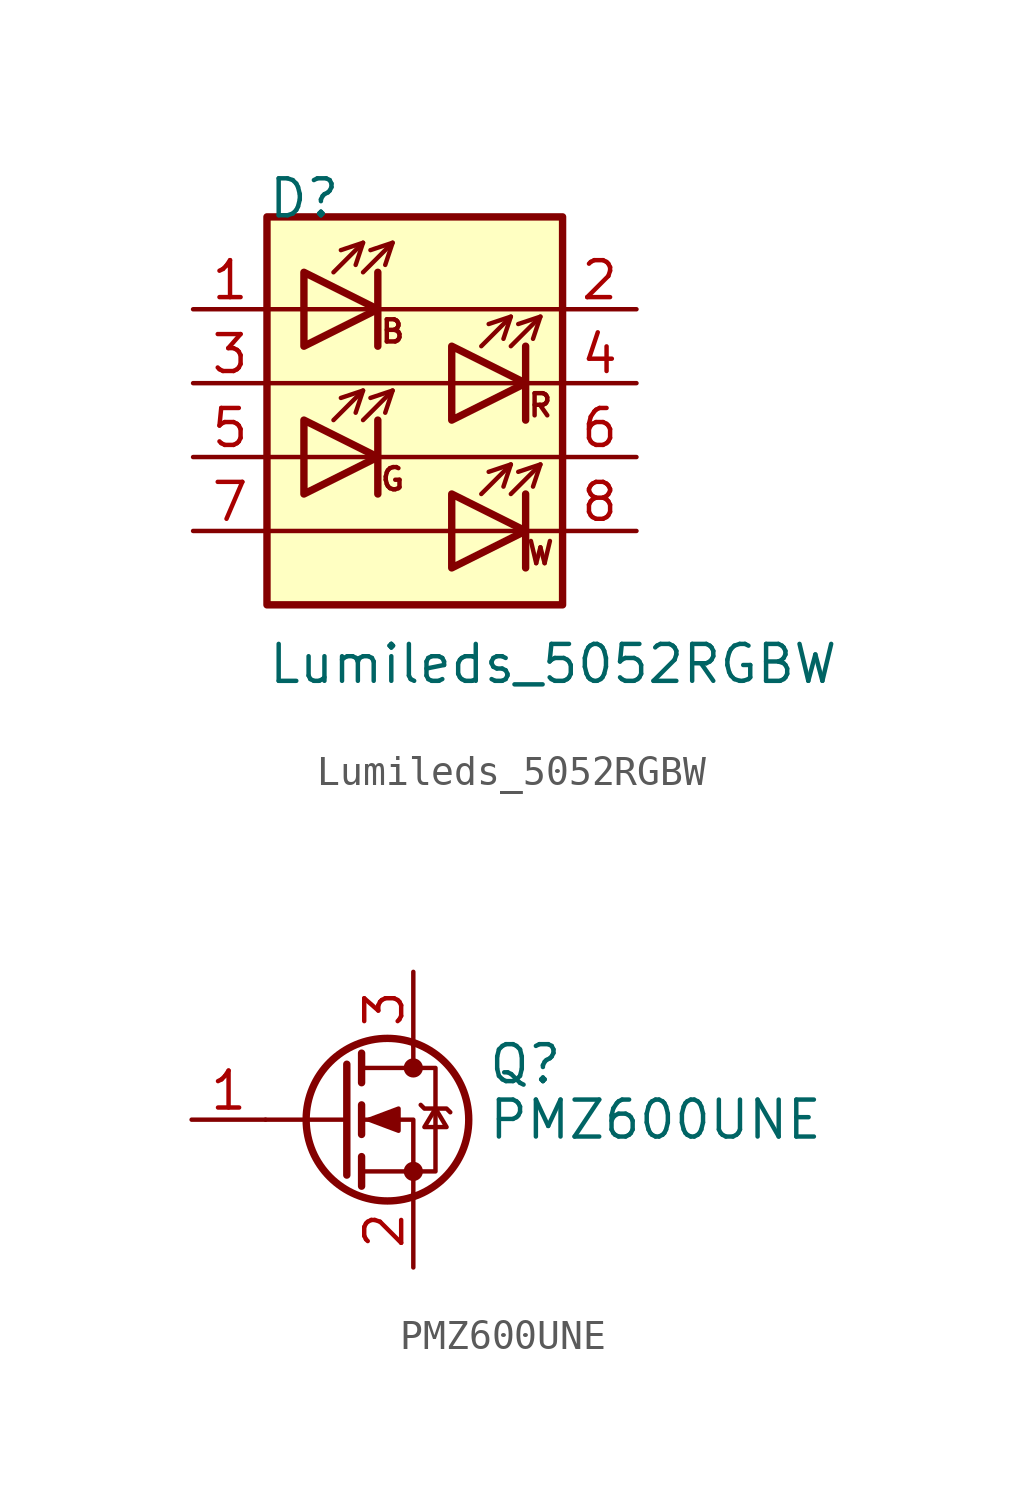
<source format=kicad_sym>
(kicad_symbol_lib
  (version 20241209)
  (generator "kicad_symbol_editor")
  (generator_version "9.0")
  (symbol "Lumileds_5052RGBW"
    (pin_names
      (hide yes))
    (property "Reference" "D"
      (at -5.08 6.35 0)
      (effects (font (size 1.27 1.27)) (justify left)))
    (property "Value" "Lumileds_5052RGBW"
      (at -5.08 -9.652 0)
      (effects (font (size 1.27 1.27)) (justify left)))
    (symbol "Lumileds_5052RGBW_0_0"
      (text "B" (at -0.762 1.778 0) (effects (font (size 0.762 0.762)))))
    (symbol "Lumileds_5052RGBW_0_1"
      (rectangle (start -5.08 5.715) (end 5.08 -7.62) (stroke (width 0.254) (type default)) (fill (type background)))
      (polyline (pts (xy -5.08 2.54) (xy 5.08 2.54)) (stroke (width 0) (type default)) (fill (type none)))
      (polyline (pts (xy -5.08 0) (xy 5.08 0)) (stroke (width 0) (type default)) (fill (type none)))
      (polyline (pts (xy -5.08 -2.54) (xy 5.08 -2.54)) (stroke (width 0) (type default)) (fill (type none)))
      (polyline (pts (xy -5.08 -5.08) (xy 5.08 -5.08)) (stroke (width 0) (type default)) (fill (type none)))
      (polyline (pts (xy -3.81 3.81) (xy -3.81 1.27) (xy -1.27 2.54) (xy -3.81 3.81)) (stroke (width 0.254) (type default)) (fill (type none)))
      (polyline (pts (xy -3.81 -1.27) (xy -3.81 -3.81) (xy -1.27 -2.54) (xy -3.81 -1.27)) (stroke (width 0.254) (type default)) (fill (type none)))
      (polyline (pts (xy -2.794 3.81) (xy -1.778 4.826)) (stroke (width 0) (type default)) (fill (type none)))
      (polyline (pts (xy -2.794 -1.27) (xy -1.778 -0.254)) (stroke (width 0) (type default)) (fill (type none)))
      (polyline (pts (xy -2.54 4.572) (xy -1.778 4.826) (xy -2.032 4.064)) (stroke (width 0) (type default)) (fill (type none)))
      (polyline (pts (xy -2.032 -1.016) (xy -1.778 -0.254) (xy -2.54 -0.508)) (stroke (width 0) (type default)) (fill (type none)))
      (polyline (pts (xy -1.778 3.81) (xy -0.762 4.826)) (stroke (width 0) (type default)) (fill (type none)))
      (polyline (pts (xy -1.778 -1.27) (xy -0.762 -0.254)) (stroke (width 0) (type default)) (fill (type none)))
      (polyline (pts (xy -1.524 4.572) (xy -0.762 4.826) (xy -1.016 4.064)) (stroke (width 0) (type default)) (fill (type none)))
      (polyline (pts (xy -1.524 -0.508) (xy -0.762 -0.254) (xy -1.016 -1.016)) (stroke (width 0) (type default)) (fill (type none)))
      (polyline (pts (xy -1.27 3.81) (xy -1.27 1.27)) (stroke (width 0.254) (type default)) (fill (type none)))
      (polyline (pts (xy -1.27 -1.27) (xy -1.27 -3.81)) (stroke (width 0.254) (type default)) (fill (type none)))
      (polyline (pts (xy 1.27 1.27) (xy 1.27 -1.27) (xy 3.81 0) (xy 1.27 1.27)) (stroke (width 0.254) (type default)) (fill (type none)))
      (polyline (pts (xy 1.27 -3.81) (xy 1.27 -6.35) (xy 3.81 -5.08) (xy 1.27 -3.81)) (stroke (width 0.254) (type default)) (fill (type none)))
      (polyline (pts (xy 2.286 1.27) (xy 3.302 2.286)) (stroke (width 0) (type default)) (fill (type none)))
      (polyline (pts (xy 2.286 -3.81) (xy 3.302 -2.794)) (stroke (width 0) (type default)) (fill (type none)))
      (polyline (pts (xy 3.048 1.524) (xy 3.302 2.286) (xy 2.54 2.032)) (stroke (width 0) (type default)) (fill (type none)))
      (polyline (pts (xy 3.048 -3.556) (xy 3.302 -2.794) (xy 2.54 -3.048)) (stroke (width 0) (type default)) (fill (type none)))
      (polyline (pts (xy 3.302 1.27) (xy 4.318 2.286)) (stroke (width 0) (type default)) (fill (type none)))
      (polyline (pts (xy 3.302 -3.81) (xy 4.318 -2.794)) (stroke (width 0) (type default)) (fill (type none)))
      (polyline (pts (xy 3.556 2.032) (xy 4.318 2.286) (xy 4.064 1.524)) (stroke (width 0) (type default)) (fill (type none)))
      (polyline (pts (xy 3.556 -3.048) (xy 4.318 -2.794) (xy 4.064 -3.556)) (stroke (width 0) (type default)) (fill (type none)))
      (polyline (pts (xy 3.81 1.27) (xy 3.81 -1.27)) (stroke (width 0.254) (type default)) (fill (type none)))
      (polyline (pts (xy 3.81 -3.81) (xy 3.81 -6.35)) (stroke (width 0.254) (type default)) (fill (type none))))
    (symbol "Lumileds_5052RGBW_1_0"
      (text "G" (at -0.762 -3.302 0) (effects (font (size 0.762 0.762))))
      (text "R" (at 4.318 -0.762 0) (effects (font (size 0.762 0.762)))))
    (symbol "Lumileds_5052RGBW_1_1"
      (text "W" (at 4.318 -5.842 0) (effects (font (size 0.762 0.762))))
      (pin passive line (at -7.62 2.54 0) (length 2.54) (name "AB" (effects (font (size 1.27 1.27)))) (number "1" (effects (font (size 1.27 1.27)))))
      (pin passive line (at -7.62 0 0) (length 2.54) (name "AR" (effects (font (size 1.27 1.27)))) (number "3" (effects (font (size 1.27 1.27)))))
      (pin passive line (at -7.62 0 0) (length 2.54) (hide yes) (name "AR" (effects (font (size 1.27 1.27)))) (number "9" (effects (font (size 1.27 1.27)))))
      (pin passive line (at -7.62 -2.54 0) (length 2.54) (name "AG" (effects (font (size 1.27 1.27)))) (number "5" (effects (font (size 1.27 1.27)))))
      (pin passive line (at -7.62 -5.08 0) (length 2.54) (name "AW" (effects (font (size 1.27 1.27)))) (number "7" (effects (font (size 1.27 1.27)))))
      (pin passive line (at 7.62 2.54 180) (length 2.54) (name "KB" (effects (font (size 1.27 1.27)))) (number "2" (effects (font (size 1.27 1.27)))))
      (pin passive line (at 7.62 0 180) (length 2.54) (name "KR" (effects (font (size 1.27 1.27)))) (number "4" (effects (font (size 1.27 1.27)))))
      (pin passive line (at 7.62 -2.54 180) (length 2.54) (name "KG" (effects (font (size 1.27 1.27)))) (number "6" (effects (font (size 1.27 1.27)))))
      (pin passive line (at 7.62 -5.08 180) (length 2.54) (name "KW" (effects (font (size 1.27 1.27)))) (number "8" (effects (font (size 1.27 1.27)))))))
  (symbol "PMZ600UNE"
    (pin_names
      (hide yes))
    (property "Reference" "Q"
      (at 5.08 1.905 0)
      (effects (font (size 1.27 1.27)) (justify left)))
    (property "Value" "PMZ600UNE"
      (at 5.08 0 0)
      (effects (font (size 1.27 1.27)) (justify left)))
    (symbol "PMZ600UNE_1_1"
      (polyline (pts (xy 0.254 0) (xy -2.54 0)) (stroke (width 0) (type default)) (fill (type none)))
      (polyline (pts (xy 0.254 -1.905) (xy 0.254 1.905)) (stroke (width 0.254) (type default)) (fill (type none)))
      (polyline (pts (xy 0.762 1.778) (xy 3.302 1.778) (xy 3.302 -1.778) (xy 0.762 -1.778)) (stroke (width 0) (type default)) (fill (type none)))
      (polyline (pts (xy 0.762 1.27) (xy 0.762 2.286)) (stroke (width 0.254) (type default)) (fill (type none)))
      (polyline (pts (xy 0.762 -0.508) (xy 0.762 0.508)) (stroke (width 0.254) (type default)) (fill (type none)))
      (polyline (pts (xy 0.762 -2.286) (xy 0.762 -1.27)) (stroke (width 0.254) (type default)) (fill (type none)))
      (polyline (pts (xy 1.016 0) (xy 2.032 -0.381) (xy 2.032 0.381) (xy 1.016 0)) (stroke (width 0) (type default)) (fill (type outline)))
      (circle (center 1.651 0) (radius 2.794) (stroke (width 0.254) (type default)) (fill (type none)))
      (polyline (pts (xy 2.54 1.905) (xy 2.54 2.54)) (stroke (width 0) (type default)) (fill (type none)))
      (circle (center 2.54 1.778) (radius 0.254) (stroke (width 0) (type default)) (fill (type outline)))
      (circle (center 2.54 -1.778) (radius 0.254) (stroke (width 0) (type default)) (fill (type outline)))
      (polyline (pts (xy 2.54 -2.54) (xy 2.54 0) (xy 0.762 0)) (stroke (width 0) (type default)) (fill (type none)))
      (polyline (pts (xy 2.794 0.508) (xy 2.921 0.381) (xy 3.683 0.381) (xy 3.81 0.254)) (stroke (width 0) (type default)) (fill (type none)))
      (polyline (pts (xy 3.302 0.381) (xy 2.921 -0.254) (xy 3.683 -0.254) (xy 3.302 0.381)) (stroke (width 0) (type default)) (fill (type none)))
      (pin input line (at -5.08 0 0) (length 2.54) (name "G" (effects (font (size 1.27 1.27)))) (number "1" (effects (font (size 1.27 1.27)))))
      (pin passive line (at 2.54 5.08 270) (length 2.54) (name "D" (effects (font (size 1.27 1.27)))) (number "3" (effects (font (size 1.27 1.27)))))
      (pin passive line (at 2.54 -5.08 90) (length 2.54) (name "S" (effects (font (size 1.27 1.27)))) (number "2" (effects (font (size 1.27 1.27))))))))
</source>
